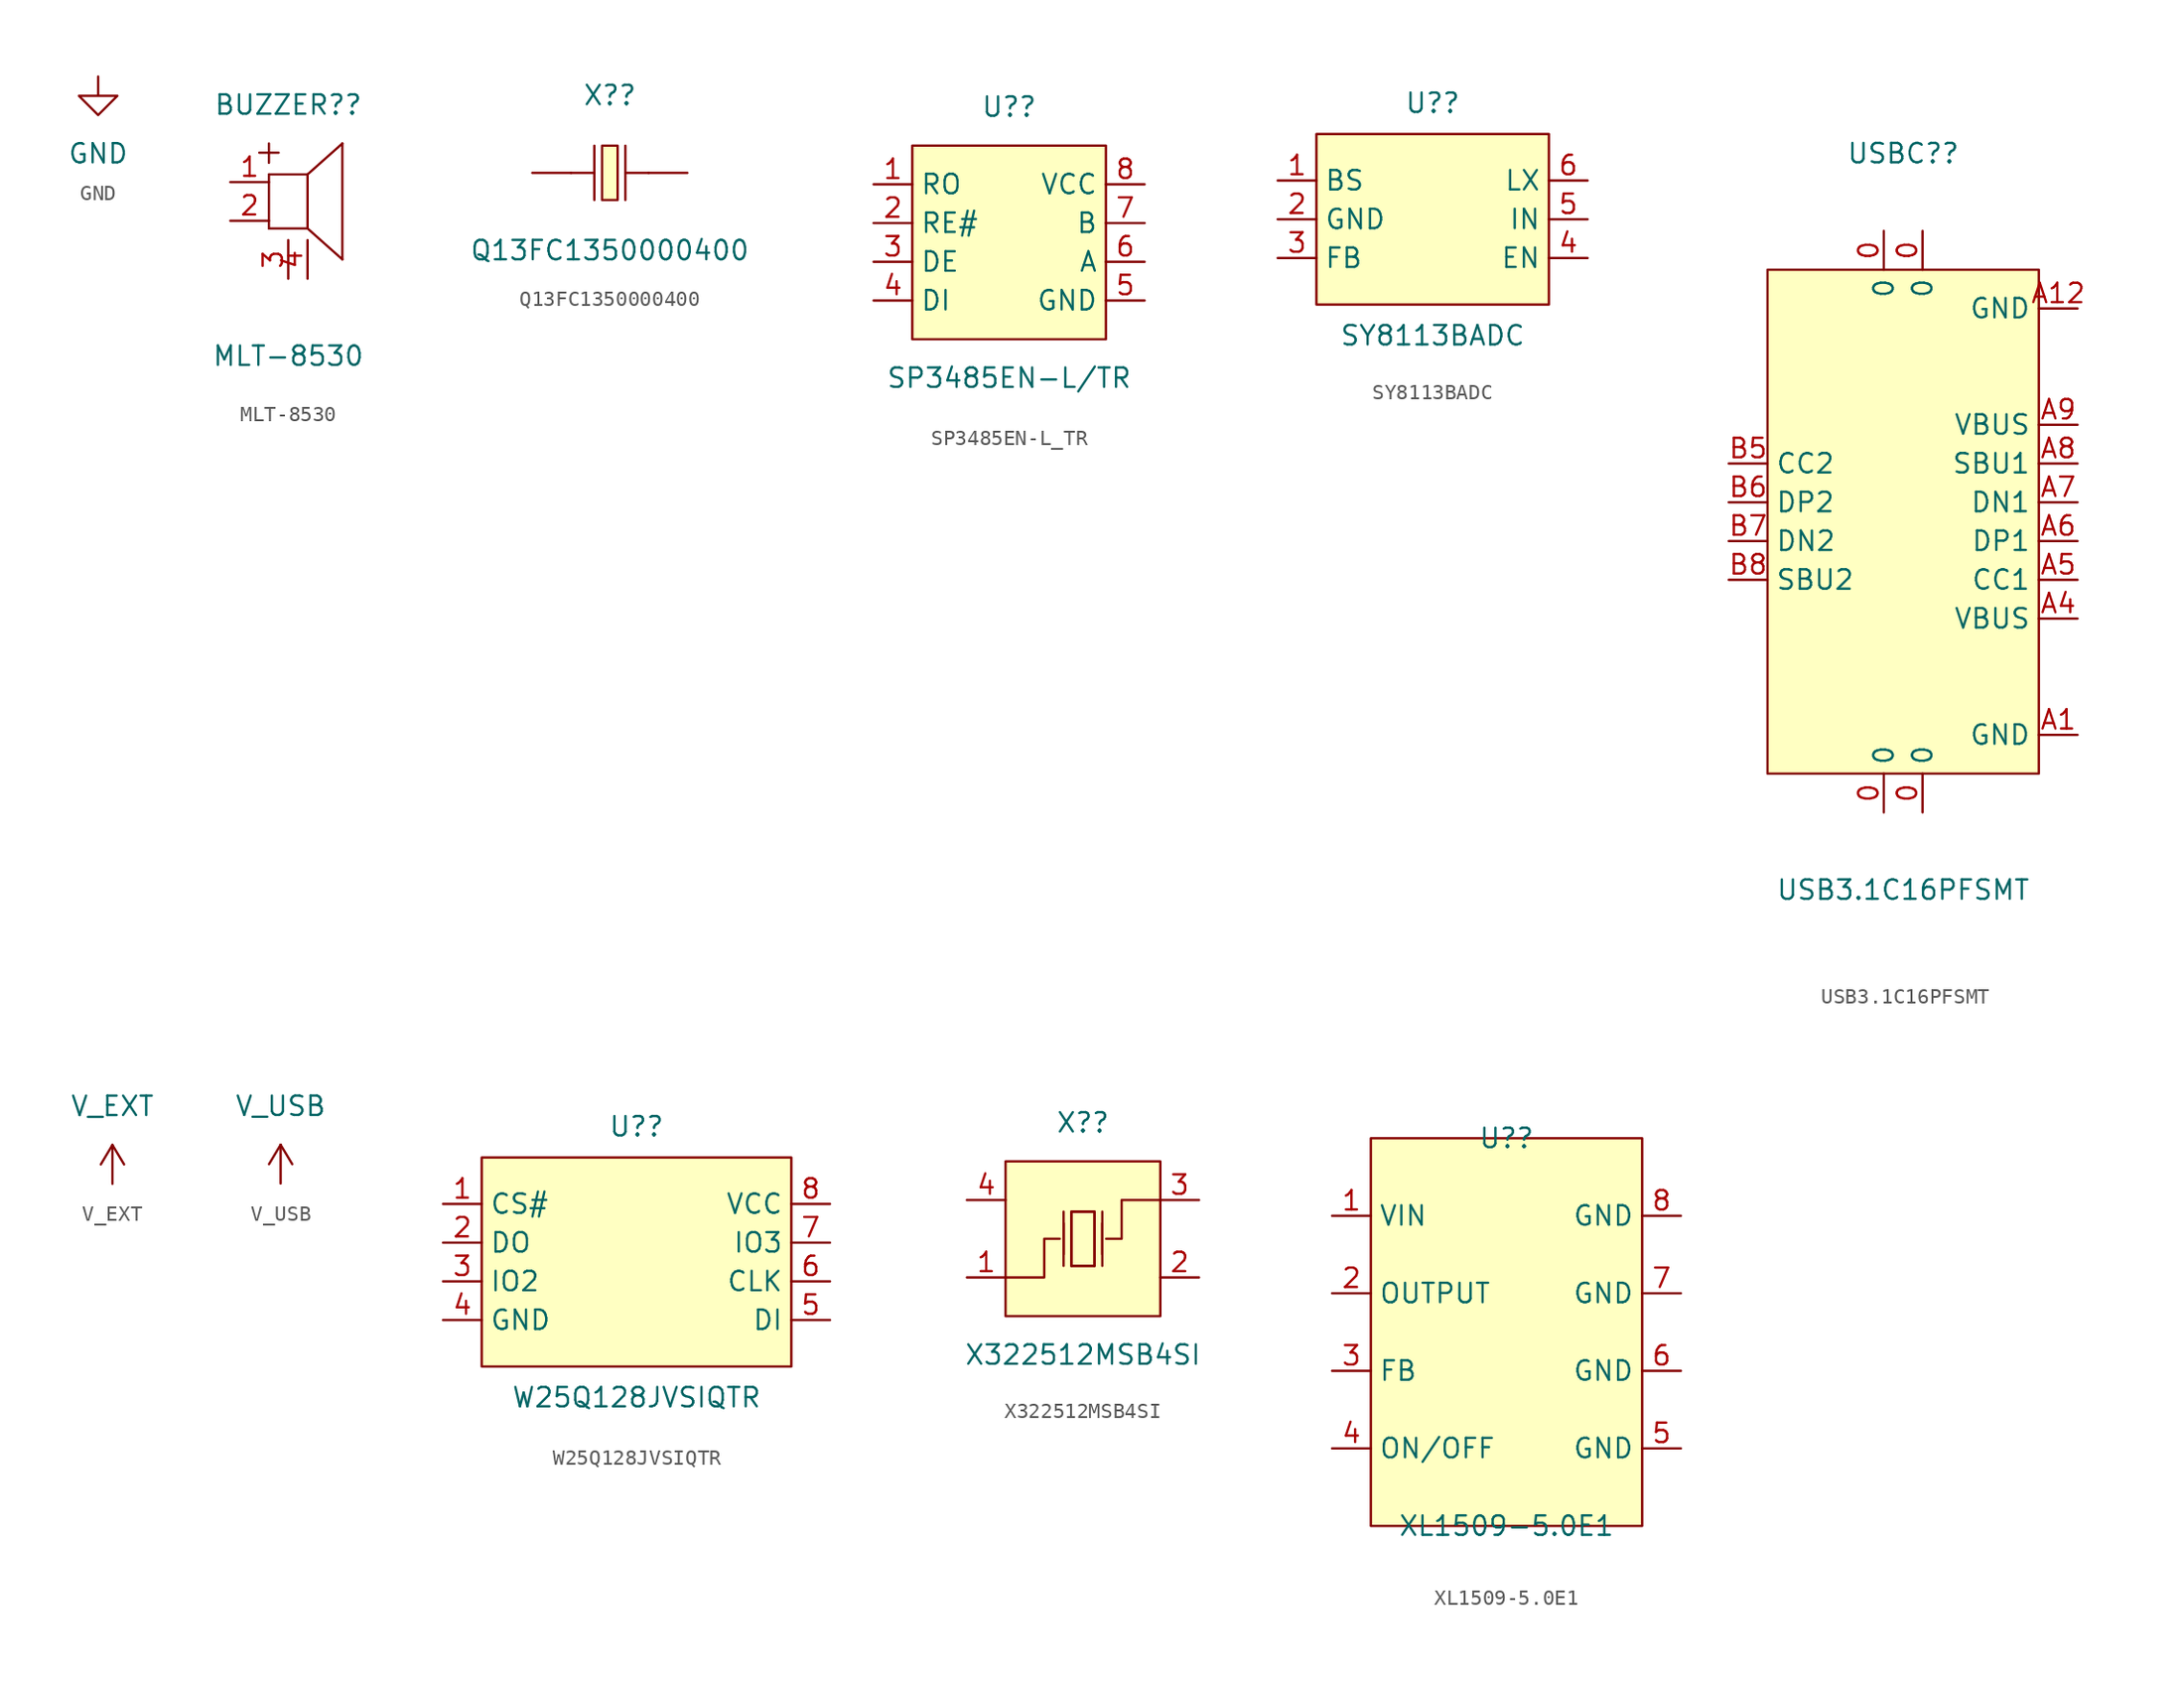
<source format=kicad_sym>
(kicad_symbol_lib
  (version 20211014)
  (generator kicad_symbol_editor)
  (symbol "GND"
    (power)
    (pin_names
      (offset 0))
    (property "Reference" "#PWR0340"
      (at 0 -6.35 0)
      (effects (font (size 1.27 1.27)) hide))
    (property "Value" "GND"
      (at 0 -5.08 0)
      (effects (font (size 1.27 1.27))))
    (symbol "GND_0_1"
      (polyline (pts (xy 0 0) (xy 0 -1.27) (xy 1.27 -1.27) (xy 0 -2.54) (xy -1.27 -1.27) (xy 0 -1.27)) (stroke (width 0) (type default) (color 0 0 0 0)) (fill (type none))))
    (symbol "GND_1_1"
      (pin power_out line (at 0 0 270) (length 0) hide (name "GND" (effects (font (size 1.27 1.27)))) (number "1" (effects (font (size 1.27 1.27)))))))
  (symbol "MLT-8530"
    (pin_names hide)
    (property "Reference" "BUZZER?"
      (at 0 6.35 0)
      (effects (font (size 1.27 1.27))))
    (property "Value" "MLT-8530"
      (at 0 -10.16 0)
      (effects (font (size 1.27 1.27))))
    (symbol "MLT-8530_0_1"
      (polyline (pts (xy -1.903 3.204) (xy -0.633 3.204)) (stroke (width 0) (type default) (color 0 0 0 0)) (fill (type none)))
      (polyline (pts (xy -1.27 -1.778) (xy 1.27 -1.778)) (stroke (width 0) (type default) (color 0 0 0 0)) (fill (type none)))
      (polyline (pts (xy -1.27 1.778) (xy -1.27 -1.778)) (stroke (width 0) (type default) (color 0 0 0 0)) (fill (type none)))
      (polyline (pts (xy -1.27 1.778) (xy 1.27 1.778)) (stroke (width 0) (type default) (color 0 0 0 0)) (fill (type none)))
      (polyline (pts (xy -1.27 3.81) (xy -1.27 2.54)) (stroke (width 0) (type default) (color 0 0 0 0)) (fill (type none)))
      (polyline (pts (xy 1.27 -1.778) (xy 3.556 -3.81)) (stroke (width 0) (type default) (color 0 0 0 0)) (fill (type none)))
      (polyline (pts (xy 1.27 1.778) (xy 1.27 -1.778)) (stroke (width 0) (type default) (color 0 0 0 0)) (fill (type none)))
      (polyline (pts (xy 3.556 3.81) (xy 1.27 1.778)) (stroke (width 0) (type default) (color 0 0 0 0)) (fill (type none)))
      (polyline (pts (xy 3.556 3.81) (xy 3.556 -3.81)) (stroke (width 0) (type default) (color 0 0 0 0)) (fill (type none)))
      (pin passive line (at -3.81 1.27 0) (length 2.54) (name "+" (effects (font (size 1.27 1.27)))) (number "1" (effects (font (size 1.27 1.27)))))
      (pin passive line (at -3.81 -1.27 0) (length 2.54) (name "2" (effects (font (size 1.27 1.27)))) (number "2" (effects (font (size 1.27 1.27)))))
      (pin passive line (at 0 -5.08 90) (length 2.54) (name "3" (effects (font (size 1.27 1.27)))) (number "3" (effects (font (size 1.27 1.27)))))
      (pin passive line (at 1.27 -5.08 90) (length 2.54) (name "4" (effects (font (size 1.27 1.27)))) (number "4" (effects (font (size 1.27 1.27)))))))
  (symbol "Q13FC1350000400"
    (pin_numbers hide)
    (pin_names hide)
    (property "Reference" "X?"
      (at 0 5.08 0)
      (effects (font (size 1.27 1.27))))
    (property "Value" "Q13FC1350000400"
      (at 0 -5.08 0)
      (effects (font (size 1.27 1.27))))
    (symbol "Q13FC1350000400_0_1"
      (rectangle (start -0.51 1.78) (end 0.51 -1.78) (stroke (width 0) (type default) (color 0 0 0 0)) (fill (type background)))
      (polyline (pts (xy -2.54 0) (xy -1.016 0)) (stroke (width 0) (type default) (color 0 0 0 0)) (fill (type none)))
      (polyline (pts (xy -1.016 1.778) (xy -1.016 -1.778)) (stroke (width 0) (type default) (color 0 0 0 0)) (fill (type none)))
      (polyline (pts (xy 1.016 0) (xy 2.54 0)) (stroke (width 0) (type default) (color 0 0 0 0)) (fill (type none)))
      (polyline (pts (xy 1.016 1.778) (xy 1.016 -1.778)) (stroke (width 0) (type default) (color 0 0 0 0)) (fill (type none)))
      (pin passive line (at -5.08 0 0) (length 2.54) (name "1" (effects (font (size 1.27 1.27)))) (number "1" (effects (font (size 1.27 1.27)))))
      (pin passive line (at 5.08 0 180) (length 2.54) (name "2" (effects (font (size 1.27 1.27)))) (number "2" (effects (font (size 1.27 1.27)))))))
  (symbol "SP3485EN-L_TR"
    (property "Reference" "U?"
      (at 0 8.89 0)
      (effects (font (size 1.27 1.27))))
    (property "Value" "SP3485EN-L/TR"
      (at 0 -8.89 0)
      (effects (font (size 1.27 1.27))))
    (symbol "SP3485EN-L_TR_0_1"
      (rectangle (start -6.35 6.35) (end 6.35 -6.35) (stroke (width 0) (type default) (color 0 0 0 0)) (fill (type background)))
      (pin passive line (at -8.89 3.81 0) (length 2.54) (name "RO" (effects (font (size 1.27 1.27)))) (number "1" (effects (font (size 1.27 1.27)))))
      (pin passive line (at -8.89 1.27 0) (length 2.54) (name "RE#" (effects (font (size 1.27 1.27)))) (number "2" (effects (font (size 1.27 1.27)))))
      (pin passive line (at -8.89 -1.27 0) (length 2.54) (name "DE" (effects (font (size 1.27 1.27)))) (number "3" (effects (font (size 1.27 1.27)))))
      (pin passive line (at -8.89 -3.81 0) (length 2.54) (name "DI" (effects (font (size 1.27 1.27)))) (number "4" (effects (font (size 1.27 1.27)))))
      (pin passive line (at 8.89 -3.81 180) (length 2.54) (name "GND" (effects (font (size 1.27 1.27)))) (number "5" (effects (font (size 1.27 1.27)))))
      (pin passive line (at 8.89 -1.27 180) (length 2.54) (name "A" (effects (font (size 1.27 1.27)))) (number "6" (effects (font (size 1.27 1.27)))))
      (pin passive line (at 8.89 1.27 180) (length 2.54) (name "B" (effects (font (size 1.27 1.27)))) (number "7" (effects (font (size 1.27 1.27)))))
      (pin passive line (at 8.89 3.81 180) (length 2.54) (name "VCC" (effects (font (size 1.27 1.27)))) (number "8" (effects (font (size 1.27 1.27)))))))
  (symbol "SY8113BADC"
    (property "Reference" "U?"
      (at 0 7.62 0)
      (effects (font (size 1.27 1.27))))
    (property "Value" "SY8113BADC"
      (at 0 -7.62 0)
      (effects (font (size 1.27 1.27))))
    (symbol "SY8113BADC_0_1"
      (rectangle (start -7.62 5.59) (end 7.62 -5.59) (stroke (width 0) (type default) (color 0 0 0 0)) (fill (type background)))
      (pin passive line (at -10.16 2.54 0) (length 2.54) (name "BS" (effects (font (size 1.27 1.27)))) (number "1" (effects (font (size 1.27 1.27)))))
      (pin passive line (at -10.16 0 0) (length 2.54) (name "GND" (effects (font (size 1.27 1.27)))) (number "2" (effects (font (size 1.27 1.27)))))
      (pin passive line (at -10.16 -2.54 0) (length 2.54) (name "FB" (effects (font (size 1.27 1.27)))) (number "3" (effects (font (size 1.27 1.27)))))
      (pin passive line (at 10.16 -2.54 180) (length 2.54) (name "EN" (effects (font (size 1.27 1.27)))) (number "4" (effects (font (size 1.27 1.27)))))
      (pin passive line (at 10.16 0 180) (length 2.54) (name "IN" (effects (font (size 1.27 1.27)))) (number "5" (effects (font (size 1.27 1.27)))))
      (pin passive line (at 10.16 2.54 180) (length 2.54) (name "LX" (effects (font (size 1.27 1.27)))) (number "6" (effects (font (size 1.27 1.27)))))))
  (symbol "USB3.1C16PFSMT"
    (property "Reference" "USBC?"
      (at 0 24.13 0)
      (effects (font (size 1.27 1.27))))
    (property "Value" "USB3.1C16PFSMT"
      (at 0 -24.13 0)
      (effects (font (size 1.27 1.27))))
    (symbol "USB3.1C16PFSMT_0_1"
      (rectangle (start -8.89 16.51) (end 8.89 -16.51) (stroke (width 0) (type default) (color 0 0 0 0)) (fill (type background)))
      (pin passive line (at -1.27 -19.05 90) (length 2.54) (name "0" (effects (font (size 1.27 1.27)))) (number "0" (effects (font (size 1.27 1.27)))))
      (pin passive line (at -1.27 19.05 270) (length 2.54) (name "0" (effects (font (size 1.27 1.27)))) (number "0" (effects (font (size 1.27 1.27)))))
      (pin passive line (at 1.27 -19.05 90) (length 2.54) (name "0" (effects (font (size 1.27 1.27)))) (number "0" (effects (font (size 1.27 1.27)))))
      (pin passive line (at 1.27 19.05 270) (length 2.54) (name "0" (effects (font (size 1.27 1.27)))) (number "0" (effects (font (size 1.27 1.27)))))
      (pin passive line (at 11.43 -13.97 180) (length 2.54) (name "GND" (effects (font (size 1.27 1.27)))) (number "A1" (effects (font (size 1.27 1.27)))))
      (pin passive line (at 11.43 13.97 180) (length 2.54) (name "GND" (effects (font (size 1.27 1.27)))) (number "A12" (effects (font (size 1.27 1.27)))))
      (pin passive line (at 11.43 -6.35 180) (length 2.54) (name "VBUS" (effects (font (size 1.27 1.27)))) (number "A4" (effects (font (size 1.27 1.27)))))
      (pin passive line (at 11.43 -3.81 180) (length 2.54) (name "CC1" (effects (font (size 1.27 1.27)))) (number "A5" (effects (font (size 1.27 1.27)))))
      (pin passive line (at 11.43 -1.27 180) (length 2.54) (name "DP1" (effects (font (size 1.27 1.27)))) (number "A6" (effects (font (size 1.27 1.27)))))
      (pin passive line (at 11.43 1.27 180) (length 2.54) (name "DN1" (effects (font (size 1.27 1.27)))) (number "A7" (effects (font (size 1.27 1.27)))))
      (pin passive line (at 11.43 3.81 180) (length 2.54) (name "SBU1" (effects (font (size 1.27 1.27)))) (number "A8" (effects (font (size 1.27 1.27)))))
      (pin passive line (at 11.43 6.35 180) (length 2.54) (name "VBUS" (effects (font (size 1.27 1.27)))) (number "A9" (effects (font (size 1.27 1.27)))))
      (pin passive line (at -11.43 3.81 0) (length 2.54) (name "CC2" (effects (font (size 1.27 1.27)))) (number "B5" (effects (font (size 1.27 1.27)))))
      (pin passive line (at -11.43 1.27 0) (length 2.54) (name "DP2" (effects (font (size 1.27 1.27)))) (number "B6" (effects (font (size 1.27 1.27)))))
      (pin passive line (at -11.43 -1.27 0) (length 2.54) (name "DN2" (effects (font (size 1.27 1.27)))) (number "B7" (effects (font (size 1.27 1.27)))))
      (pin passive line (at -11.43 -3.81 0) (length 2.54) (name "SBU2" (effects (font (size 1.27 1.27)))) (number "B8" (effects (font (size 1.27 1.27)))))))
  (symbol "V_EXT"
    (power)
    (pin_names
      (offset 0))
    (property "Reference" "#PWR0325"
      (at 0 -3.81 0)
      (effects (font (size 1.27 1.27)) hide))
    (property "Value" "V_EXT"
      (at 0 5.08 0)
      (effects (font (size 1.27 1.27))))
    (symbol "V_EXT_0_1"
      (polyline (pts (xy -0.762 1.27) (xy 0 2.54)) (stroke (width 0) (type default) (color 0 0 0 0)) (fill (type none)))
      (polyline (pts (xy 0 0) (xy 0 2.54)) (stroke (width 0) (type default) (color 0 0 0 0)) (fill (type none)))
      (polyline (pts (xy 0 2.54) (xy 0.762 1.27)) (stroke (width 0) (type default) (color 0 0 0 0)) (fill (type none))))
    (symbol "V_EXT_1_1"
      (pin power_out line (at 0 0 90) (length 0) hide (name "V_EXT" (effects (font (size 1.27 1.27)))) (number "1" (effects (font (size 1.27 1.27)))))))
  (symbol "V_USB"
    (power)
    (pin_names
      (offset 0))
    (property "Reference" "#PWR0312"
      (at 0 -3.81 0)
      (effects (font (size 1.27 1.27)) hide))
    (property "Value" "V_USB"
      (at 0 5.08 0)
      (effects (font (size 1.27 1.27))))
    (symbol "V_USB_0_1"
      (polyline (pts (xy -0.762 1.27) (xy 0 2.54)) (stroke (width 0) (type default) (color 0 0 0 0)) (fill (type none)))
      (polyline (pts (xy 0 0) (xy 0 2.54)) (stroke (width 0) (type default) (color 0 0 0 0)) (fill (type none)))
      (polyline (pts (xy 0 2.54) (xy 0.762 1.27)) (stroke (width 0) (type default) (color 0 0 0 0)) (fill (type none))))
    (symbol "V_USB_1_1"
      (pin power_out line (at 0 0 90) (length 0) hide (name "V_USB" (effects (font (size 1.27 1.27)))) (number "1" (effects (font (size 1.27 1.27)))))))
  (symbol "W25Q128JVSIQTR"
    (property "Reference" "U?"
      (at 0 8.89 0)
      (effects (font (size 1.27 1.27))))
    (property "Value" "W25Q128JVSIQTR"
      (at 0 -8.89 0)
      (effects (font (size 1.27 1.27))))
    (symbol "W25Q128JVSIQTR_0_1"
      (rectangle (start -10.16 6.86) (end 10.16 -6.86) (stroke (width 0) (type default) (color 0 0 0 0)) (fill (type background)))
      (pin passive line (at -12.7 3.81 0) (length 2.54) (name "CS#" (effects (font (size 1.27 1.27)))) (number "1" (effects (font (size 1.27 1.27)))))
      (pin passive line (at -12.7 1.27 0) (length 2.54) (name "DO" (effects (font (size 1.27 1.27)))) (number "2" (effects (font (size 1.27 1.27)))))
      (pin passive line (at -12.7 -1.27 0) (length 2.54) (name "IO2" (effects (font (size 1.27 1.27)))) (number "3" (effects (font (size 1.27 1.27)))))
      (pin passive line (at -12.7 -3.81 0) (length 2.54) (name "GND" (effects (font (size 1.27 1.27)))) (number "4" (effects (font (size 1.27 1.27)))))
      (pin passive line (at 12.7 -3.81 180) (length 2.54) (name "DI" (effects (font (size 1.27 1.27)))) (number "5" (effects (font (size 1.27 1.27)))))
      (pin passive line (at 12.7 -1.27 180) (length 2.54) (name "CLK" (effects (font (size 1.27 1.27)))) (number "6" (effects (font (size 1.27 1.27)))))
      (pin passive line (at 12.7 1.27 180) (length 2.54) (name "IO3" (effects (font (size 1.27 1.27)))) (number "7" (effects (font (size 1.27 1.27)))))
      (pin passive line (at 12.7 3.81 180) (length 2.54) (name "VCC" (effects (font (size 1.27 1.27)))) (number "8" (effects (font (size 1.27 1.27)))))))
  (symbol "X322512MSB4SI"
    (pin_names hide)
    (property "Reference" "X?"
      (at 0 7.62 0)
      (effects (font (size 1.27 1.27))))
    (property "Value" "X322512MSB4SI"
      (at 0 -7.62 0)
      (effects (font (size 1.27 1.27))))
    (symbol "X322512MSB4SI_0_1"
      (rectangle (start -5.08 5.08) (end 5.08 -5.08) (stroke (width 0) (type default) (color 0 0 0 0)) (fill (type background)))
      (polyline (pts (xy -1.27 -1.778) (xy -1.27 1.778)) (stroke (width 0) (type default) (color 0 0 0 0)) (fill (type none)))
      (polyline (pts (xy -1.27 -1.016) (xy -1.27 1.016)) (stroke (width 0) (type default) (color 0 0 0 0)) (fill (type none)))
      (polyline (pts (xy 0.762 -1.778) (xy -0.762 -1.778)) (stroke (width 0) (type default) (color 0 0 0 0)) (fill (type none)))
      (polyline (pts (xy 1.27 -1.778) (xy 1.27 1.778)) (stroke (width 0) (type default) (color 0 0 0 0)) (fill (type none)))
      (polyline (pts (xy 1.27 -1.016) (xy 1.27 1.016)) (stroke (width 0) (type default) (color 0 0 0 0)) (fill (type none)))
      (polyline (pts (xy -5.08 -2.54) (xy -2.54 -2.54) (xy -2.54 0) (xy -1.524 0)) (stroke (width 0) (type default) (color 0 0 0 0)) (fill (type none)))
      (polyline (pts (xy -0.762 -1.778) (xy -0.762 1.778) (xy 0.762 1.778) (xy 0.762 -1.778)) (stroke (width 0) (type default) (color 0 0 0 0)) (fill (type none)))
      (polyline (pts (xy 5.08 2.54) (xy 2.54 2.54) (xy 2.54 0) (xy 1.524 0)) (stroke (width 0) (type default) (color 0 0 0 0)) (fill (type none)))
      (polyline (pts (xy 0.762 1.778) (xy 0.762 -1.778) (xy -0.762 -1.778) (xy -0.762 1.778) (xy 0.762 1.778)) (stroke (width 0) (type default) (color 0 0 0 0)) (fill (type background)))
      (pin passive line (at -7.62 -2.54 0) (length 2.54) (name "OSC1" (effects (font (size 1.27 1.27)))) (number "1" (effects (font (size 1.27 1.27)))))
      (pin passive line (at 7.62 -2.54 180) (length 2.54) (name "GND" (effects (font (size 1.27 1.27)))) (number "2" (effects (font (size 1.27 1.27)))))
      (pin passive line (at 7.62 2.54 180) (length 2.54) (name "OSC2" (effects (font (size 1.27 1.27)))) (number "3" (effects (font (size 1.27 1.27)))))
      (pin passive line (at -7.62 2.54 0) (length 2.54) (name "GND" (effects (font (size 1.27 1.27)))) (number "4" (effects (font (size 1.27 1.27)))))))
  (symbol "XL1509-5.0E1"
    (property "Reference" "U?"
      (at 0 12.7 0)
      (effects (font (size 1.27 1.27))))
    (property "Value" "XL1509-5.0E1"
      (at 0 -12.7 0)
      (effects (font (size 1.27 1.27))))
    (symbol "XL1509-5.0E1_0_1"
      (rectangle (start -8.89 12.7) (end 8.89 -12.7) (stroke (width 0) (type default) (color 0 0 0 0)) (fill (type background)))
      (pin passive line (at -11.43 7.62 0) (length 2.54) (name "VIN" (effects (font (size 1.27 1.27)))) (number "1" (effects (font (size 1.27 1.27)))))
      (pin passive line (at -11.43 2.54 0) (length 2.54) (name "OUTPUT" (effects (font (size 1.27 1.27)))) (number "2" (effects (font (size 1.27 1.27)))))
      (pin passive line (at -11.43 -2.54 0) (length 2.54) (name "FB" (effects (font (size 1.27 1.27)))) (number "3" (effects (font (size 1.27 1.27)))))
      (pin passive line (at -11.43 -7.62 0) (length 2.54) (name "ON/OFF" (effects (font (size 1.27 1.27)))) (number "4" (effects (font (size 1.27 1.27)))))
      (pin passive line (at 11.43 -7.62 180) (length 2.54) (name "GND" (effects (font (size 1.27 1.27)))) (number "5" (effects (font (size 1.27 1.27)))))
      (pin passive line (at 11.43 -2.54 180) (length 2.54) (name "GND" (effects (font (size 1.27 1.27)))) (number "6" (effects (font (size 1.27 1.27)))))
      (pin passive line (at 11.43 2.54 180) (length 2.54) (name "GND" (effects (font (size 1.27 1.27)))) (number "7" (effects (font (size 1.27 1.27)))))
      (pin passive line (at 11.43 7.62 180) (length 2.54) (name "GND" (effects (font (size 1.27 1.27)))) (number "8" (effects (font (size 1.27 1.27))))))))
</source>
